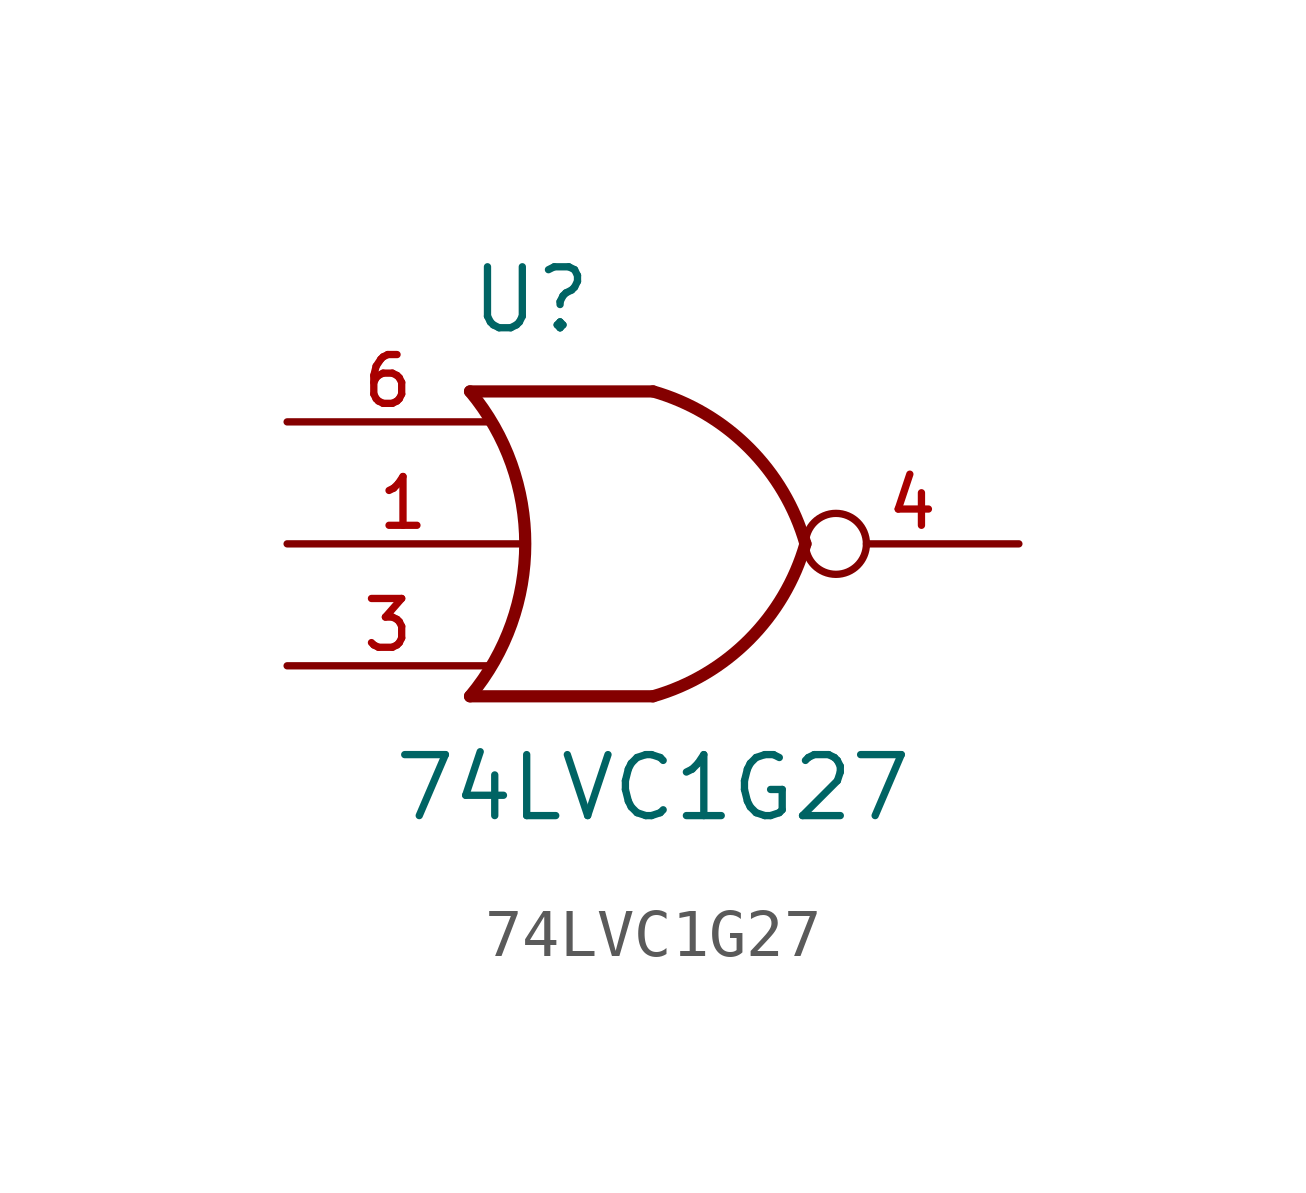
<source format=kicad_sym>
(kicad_symbol_lib
  (version 20211014)
  (generator kicad_symbol_editor)
  (symbol "74LVC1G27"
    (pin_names
      (offset 1.016))
    (property "Reference" "U"
      (at -2.54 5.08 0)
      (effects (font (size 1.27 1.27))))
    (property "Value" "74LVC1G27"
      (at 0 -5.08 0)
      (effects (font (size 1.27 1.27))))
    (symbol "74LVC1G27_0_1"
      (arc (start -3.81 -3.175) (mid -2.6605 0) (end -3.81 3.175) (stroke (width 0.254) (type default) (color 0 0 0 0)) (fill (type none)))
      (arc (start 0 -3.175) (mid 1.9989 -1.9989) (end 3.175 0) (stroke (width 0.254) (type default) (color 0 0 0 0)) (fill (type none)))
      (polyline (pts (xy 0 -3.175) (xy -3.81 -3.175)) (stroke (width 0.254) (type default) (color 0 0 0 0)) (fill (type none)))
      (polyline (pts (xy 0 3.175) (xy -3.81 3.175)) (stroke (width 0.254) (type default) (color 0 0 0 0)) (fill (type none)))
      (arc (start 3.175 0) (mid 1.9989 1.9989) (end 0 3.175) (stroke (width 0.254) (type default) (color 0 0 0 0)) (fill (type none))))
    (symbol "74LVC1G27_1_1"
      (pin input line (at -7.62 0 0) (length 4.826) (name "~" (effects (font (size 1.016 1.016)))) (number "1" (effects (font (size 1.016 1.016)))))
      (pin power_in line (at 0 -2.54 270) (length 0) hide (name "GND" (effects (font (size 1.016 1.016)))) (number "2" (effects (font (size 1.016 1.016)))))
      (pin input line (at -7.62 -2.54 0) (length 4.191) (name "~" (effects (font (size 1.016 1.016)))) (number "3" (effects (font (size 1.016 1.016)))))
      (pin output inverted (at 7.62 0 180) (length 4.445) (name "~" (effects (font (size 1.016 1.016)))) (number "4" (effects (font (size 1.016 1.016)))))
      (pin power_in line (at 0 3.175 90) (length 0) hide (name "VCC" (effects (font (size 1.016 1.016)))) (number "5" (effects (font (size 1.016 1.016)))))
      (pin input line (at -7.62 2.54 0) (length 4.191) (name "~" (effects (font (size 1.016 1.016)))) (number "6" (effects (font (size 1.016 1.016))))))))
</source>
